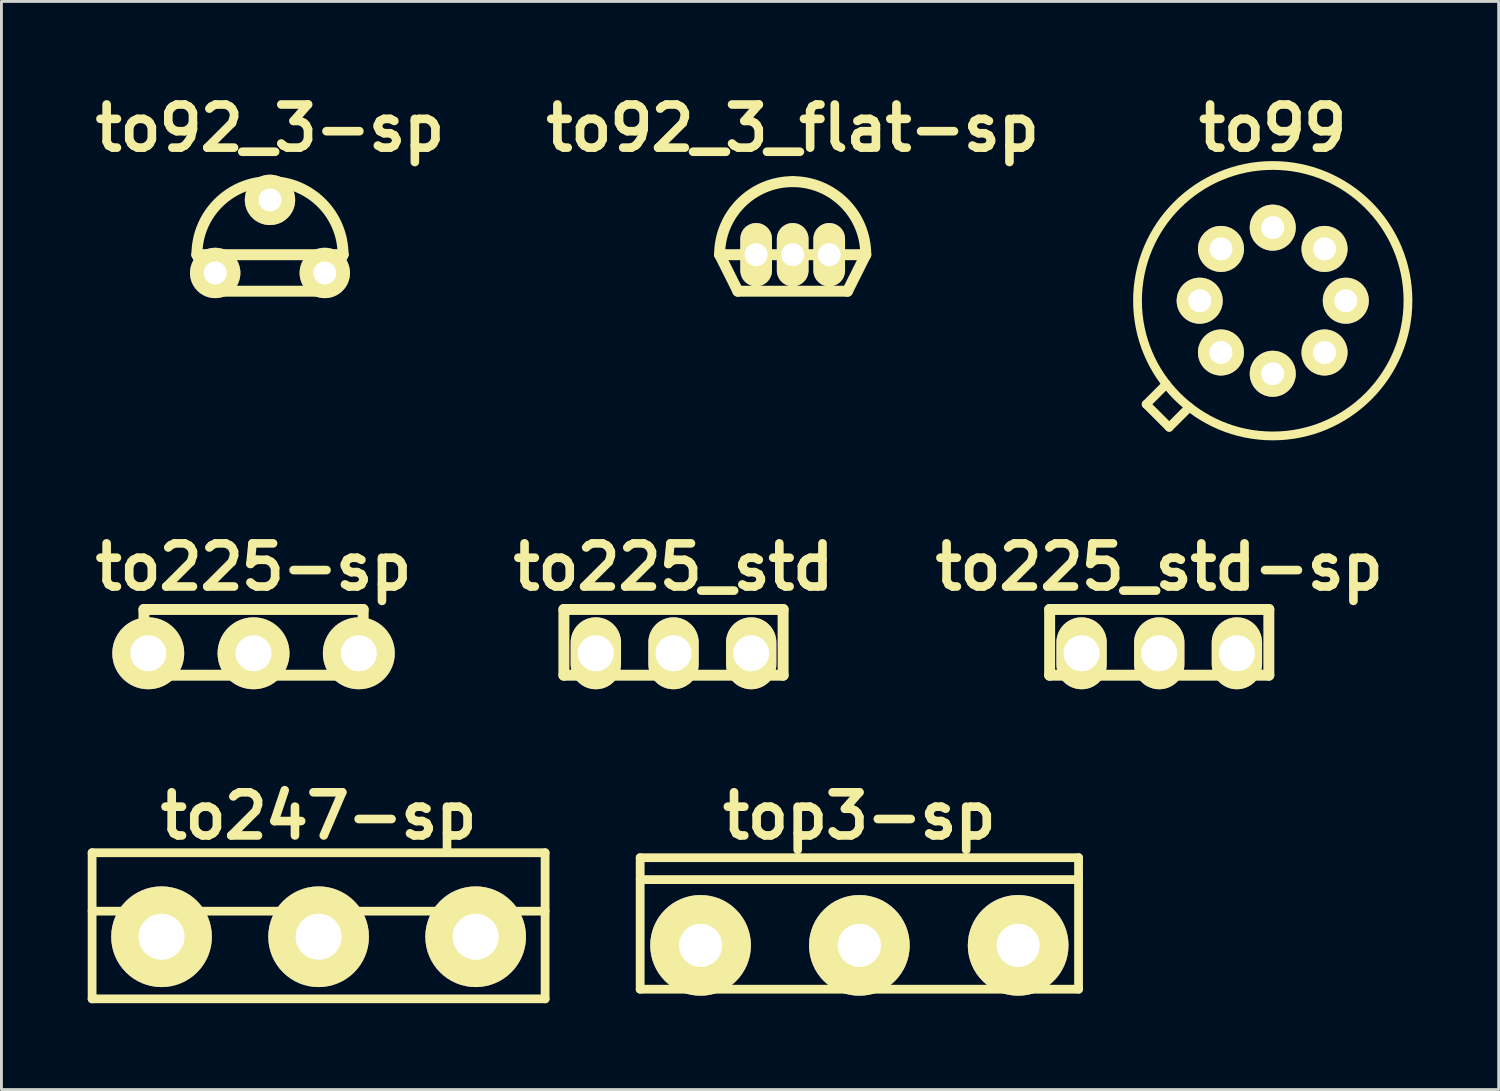
<source format=kicad_pcb>
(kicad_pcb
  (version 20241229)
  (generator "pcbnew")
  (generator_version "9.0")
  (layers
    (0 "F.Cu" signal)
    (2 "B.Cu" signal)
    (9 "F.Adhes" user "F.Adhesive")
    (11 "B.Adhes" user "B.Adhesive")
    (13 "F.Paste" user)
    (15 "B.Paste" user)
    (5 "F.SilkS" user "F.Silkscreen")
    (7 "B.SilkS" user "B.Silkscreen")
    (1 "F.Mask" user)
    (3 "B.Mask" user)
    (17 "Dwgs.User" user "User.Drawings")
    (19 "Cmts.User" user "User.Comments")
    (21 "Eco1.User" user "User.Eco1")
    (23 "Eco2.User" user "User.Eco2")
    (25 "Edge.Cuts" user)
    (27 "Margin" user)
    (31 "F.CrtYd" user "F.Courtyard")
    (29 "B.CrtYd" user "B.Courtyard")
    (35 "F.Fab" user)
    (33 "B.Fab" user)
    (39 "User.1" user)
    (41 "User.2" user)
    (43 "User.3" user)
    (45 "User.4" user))
  (footprint "to99"
    (layer "F.Cu")
    (at 41.196 7.404)
    (property "Reference" "to99" (at 0 -6 0) (layer "F.SilkS") (effects (font (size 1.5 1.5) (thickness 0.3))))
    (attr through_hole)
    (fp_line (start -4.4 3.6) (end -3.6 4.4) (stroke (width 0.305) (type solid)) (layer "F.SilkS"))
    (fp_line (start -3.7 2.9) (end -4.4 3.6) (stroke (width 0.305) (type solid)) (layer "F.SilkS"))
    (fp_line (start -3.6 4.4) (end -2.9 3.7) (stroke (width 0.305) (type solid)) (layer "F.SilkS"))
    (fp_circle (center 0 0) (end -4.7 -0.1) (stroke (width 0.305) (type solid)) (fill no) (layer "F.SilkS"))
    (pad "1" thru_hole circle (at 0 2.54) (size 1.6 1.6) (drill 0.8) (layers "*.Cu" "*.Mask" "F.SilkS"))
    (pad "2" thru_hole circle (at 1.8 1.8) (size 1.6 1.6) (drill 0.8) (layers "*.Cu" "*.Mask" "F.SilkS"))
    (pad "3" thru_hole circle (at 2.54 0) (size 1.6 1.6) (drill 0.8) (layers "*.Cu" "*.Mask" "F.SilkS"))
    (pad "4" thru_hole circle (at 1.8 -1.8) (size 1.6 1.6) (drill 0.8) (layers "*.Cu" "*.Mask" "F.SilkS"))
    (pad "5" thru_hole circle (at 0 -2.54) (size 1.6 1.6) (drill 0.8) (layers "*.Cu" "*.Mask" "F.SilkS"))
    (pad "6" thru_hole circle (at -1.8 -1.8) (size 1.6 1.6) (drill 0.8) (layers "*.Cu" "*.Mask" "F.SilkS"))
    (pad "7" thru_hole circle (at -2.54 0) (size 1.6 1.6) (drill 0.8) (layers "*.Cu" "*.Mask" "F.SilkS"))
    (pad "8" thru_hole circle (at -1.8 1.8) (size 1.6 1.6) (drill 0.8) (layers "*.Cu" "*.Mask" "F.SilkS")))
  (footprint "top3-sp"
    (layer "F.Cu")
    (at 26.825 29.815)
    (property "Reference" "top3-sp" (at 0 -4.5 0) (layer "F.SilkS") (effects (font (size 1.5 1.5) (thickness 0.3))))
    (attr through_hole)
    (fp_line (start -7.62 -3.048) (end -7.62 1.524) (stroke (width 0.305) (type solid)) (layer "F.SilkS"))
    (fp_line (start -7.62 -2.286) (end 7.62 -2.286) (stroke (width 0.305) (type solid)) (layer "F.SilkS"))
    (fp_line (start -7.62 1.524) (end 7.62 1.524) (stroke (width 0.305) (type solid)) (layer "F.SilkS"))
    (fp_line (start 7.62 -3.048) (end -7.62 -3.048) (stroke (width 0.305) (type solid)) (layer "F.SilkS"))
    (fp_line (start 7.62 1.524) (end 7.62 -3.048) (stroke (width 0.305) (type solid)) (layer "F.SilkS"))
    (pad "1" thru_hole circle (at -5.52 0) (size 3.5 3.5) (drill 1.5) (layers "*.Cu" "*.Mask" "F.SilkS"))
    (pad "2" thru_hole circle (at 0 0) (size 3.5 3.5) (drill 1.5) (layers "*.Cu" "*.Mask" "F.SilkS"))
    (pad "3" thru_hole circle (at 5.52 0) (size 3.5 3.5) (drill 1.5) (layers "*.Cu" "*.Mask" "F.SilkS")))
  (footprint "to92_3-sp"
    (layer "F.Cu")
    (at 6.336 5.804)
    (property "Reference" "to92_3-sp" (at 0 -4.4 0) (layer "F.SilkS") (effects (font (size 1.5 1.5) (thickness 0.3))))
    (attr through_hole)
    (fp_line (start -1.905 1.27) (end -2.54 0) (stroke (width 0.381) (type solid)) (layer "F.SilkS"))
    (fp_line (start 1.905 1.27) (end -1.905 1.27) (stroke (width 0.381) (type solid)) (layer "F.SilkS"))
    (fp_line (start 2.54 0) (end -2.54 0) (stroke (width 0.381) (type solid)) (layer "F.SilkS"))
    (fp_line (start 2.54 0) (end 1.905 1.27) (stroke (width 0.381) (type solid)) (layer "F.SilkS"))
    (fp_arc (start -2.54 0) (mid -1.796051 -1.796051) (end 0 -2.54) (stroke (width 0.381) (type solid)) (layer "F.SilkS"))
    (fp_arc (start 0 -2.54) (mid 1.796051 -1.796051) (end 2.54 0) (stroke (width 0.381) (type solid)) (layer "F.SilkS"))
    (pad "1" thru_hole circle (at -1.905 0.635) (size 1.75 1.75) (drill 0.8) (layers "*.Cu" "*.Mask" "F.SilkS"))
    (pad "2" thru_hole circle (at 0 -1.905) (size 1.75 1.75) (drill 0.8) (layers "*.Cu" "*.Mask" "F.SilkS"))
    (pad "3" thru_hole circle (at 1.905 0.635) (size 1.75 1.75) (drill 0.8) (layers "*.Cu" "*.Mask" "F.SilkS")))
  (footprint "to247-sp"
    (layer "F.Cu")
    (at 8.026 29.515)
    (property "Reference" "to247-sp" (at 0 -4.2 0) (layer "F.SilkS") (effects (font (size 1.5 1.5) (thickness 0.3))))
    (attr through_hole)
    (fp_line (start -7.874 -2.921) (end -7.874 2.159) (stroke (width 0.305) (type solid)) (layer "F.SilkS"))
    (fp_line (start -7.874 2.159) (end 7.874 2.159) (stroke (width 0.305) (type solid)) (layer "F.SilkS"))
    (fp_line (start 7.874 -2.921) (end -7.874 -2.921) (stroke (width 0.305) (type solid)) (layer "F.SilkS"))
    (fp_line (start 7.874 -0.889) (end -7.874 -0.889) (stroke (width 0.305) (type solid)) (layer "F.SilkS"))
    (fp_line (start 7.874 2.159) (end 7.874 -2.921) (stroke (width 0.305) (type solid)) (layer "F.SilkS"))
    (pad "1" thru_hole circle (at -5.46 0) (size 3.5 3.5) (drill 1.6) (layers "*.Cu" "*.Mask" "F.SilkS"))
    (pad "2" thru_hole circle (at 0 0) (size 3.5 3.5) (drill 1.6) (layers "*.Cu" "*.Mask" "F.SilkS"))
    (pad "3" thru_hole circle (at 5.46 0) (size 3.5 3.5) (drill 1.6) (layers "*.Cu" "*.Mask" "F.SilkS")))
  (footprint "to225_std"
    (layer "F.Cu")
    (at 20.364 19.661)
    (property "Reference" "to225_std" (at 0 -3 0) (layer "F.SilkS") (effects (font (size 1.5 1.5) (thickness 0.3))))
    (attr through_hole)
    (fp_line (start -3.81 -1.524) (end 3.81 -1.524) (stroke (width 0.381) (type solid)) (layer "F.SilkS"))
    (fp_line (start -3.81 0.762) (end -3.81 -1.524) (stroke (width 0.381) (type solid)) (layer "F.SilkS"))
    (fp_line (start 3.81 -1.524) (end 3.81 0.762) (stroke (width 0.381) (type solid)) (layer "F.SilkS"))
    (fp_line (start 3.81 0.762) (end -3.81 0.762) (stroke (width 0.381) (type solid)) (layer "F.SilkS"))
    (pad "1" thru_hole oval (at 2.7 0) (size 1.75 2.5) (drill 1.25) (layers "*.Cu" "*.Mask" "F.SilkS"))
    (pad "2" thru_hole oval (at 0 0) (size 1.75 2.5) (drill 1.25) (layers "*.Cu" "*.Mask" "F.SilkS"))
    (pad "3" thru_hole oval (at -2.7 0) (size 1.75 2.5) (drill 1.25) (layers "*.Cu" "*.Mask" "F.SilkS")))
  (footprint "to92_3_flat-sp"
    (layer "F.Cu")
    (at 24.507 5.804)
    (property "Reference" "to92_3_flat-sp" (at 0 -4.4 0) (layer "F.SilkS") (effects (font (size 1.5 1.5) (thickness 0.3))))
    (attr through_hole)
    (fp_line (start -1.905 1.27) (end -2.54 0) (stroke (width 0.381) (type solid)) (layer "F.SilkS"))
    (fp_line (start 1.905 1.27) (end -1.905 1.27) (stroke (width 0.381) (type solid)) (layer "F.SilkS"))
    (fp_line (start 2.54 0) (end -2.54 0) (stroke (width 0.381) (type solid)) (layer "F.SilkS"))
    (fp_line (start 2.54 0) (end 1.905 1.27) (stroke (width 0.381) (type solid)) (layer "F.SilkS"))
    (fp_arc (start -2.54 0) (mid -1.796051 -1.796051) (end 0 -2.54) (stroke (width 0.381) (type solid)) (layer "F.SilkS"))
    (fp_arc (start 0 -2.54) (mid 1.796051 -1.796051) (end 2.54 0) (stroke (width 0.381) (type solid)) (layer "F.SilkS"))
    (pad "1" thru_hole oval (at -1.27 0) (size 1.1 2.2) (drill 0.8) (layers "*.Cu" "*.Mask" "F.SilkS"))
    (pad "2" thru_hole oval (at 0 0) (size 1.1 2.2) (drill 0.8) (layers "*.Cu" "*.Mask" "F.SilkS"))
    (pad "3" thru_hole oval (at 1.27 0) (size 1.1 2.2) (drill 0.8) (layers "*.Cu" "*.Mask" "F.SilkS")))
  (footprint "to225-sp"
    (layer "F.Cu")
    (at 5.764 19.661)
    (property "Reference" "to225-sp" (at 0 -3 0) (layer "F.SilkS") (effects (font (size 1.5 1.5) (thickness 0.3))))
    (attr through_hole)
    (fp_line (start -3.81 -1.524) (end 3.81 -1.524) (stroke (width 0.381) (type solid)) (layer "F.SilkS"))
    (fp_line (start -3.81 0.762) (end -3.81 -1.524) (stroke (width 0.381) (type solid)) (layer "F.SilkS"))
    (fp_line (start 3.81 -1.524) (end 3.81 0.762) (stroke (width 0.381) (type solid)) (layer "F.SilkS"))
    (fp_line (start 3.81 0.762) (end -3.81 0.762) (stroke (width 0.381) (type solid)) (layer "F.SilkS"))
    (pad "1" thru_hole circle (at -3.66 0) (size 2.5 2.5) (drill 1.25) (layers "*.Cu" "*.Mask" "F.SilkS"))
    (pad "2" thru_hole circle (at 0 0) (size 2.5 2.5) (drill 1.25) (layers "*.Cu" "*.Mask" "F.SilkS"))
    (pad "3" thru_hole circle (at 3.66 0) (size 2.5 2.5) (drill 1.25) (layers "*.Cu" "*.Mask" "F.SilkS")))
  (footprint "to225_std-sp"
    (layer "F.Cu")
    (at 37.25 19.661)
    (property "Reference" "to225_std-sp" (at 0 -3 0) (layer "F.SilkS") (effects (font (size 1.5 1.5) (thickness 0.3))))
    (attr through_hole)
    (fp_line (start -3.81 -1.524) (end 3.81 -1.524) (stroke (width 0.381) (type solid)) (layer "F.SilkS"))
    (fp_line (start -3.81 0.762) (end -3.81 -1.524) (stroke (width 0.381) (type solid)) (layer "F.SilkS"))
    (fp_line (start 3.81 -1.524) (end 3.81 0.762) (stroke (width 0.381) (type solid)) (layer "F.SilkS"))
    (fp_line (start 3.81 0.762) (end -3.81 0.762) (stroke (width 0.381) (type solid)) (layer "F.SilkS"))
    (pad "1" thru_hole oval (at -2.7 0) (size 1.75 2.5) (drill 1.25) (layers "*.Cu" "*.Mask" "F.SilkS"))
    (pad "2" thru_hole oval (at 0 0) (size 1.75 2.5) (drill 1.25) (layers "*.Cu" "*.Mask" "F.SilkS"))
    (pad "3" thru_hole oval (at 2.7 0) (size 1.75 2.5) (drill 1.25) (layers "*.Cu" "*.Mask" "F.SilkS")))
  (gr_rect
    (start -3 -3)
    (end 49.05 34.827)
    (stroke (width 0.1) (type default))
    (fill no)
    (layer "Edge.Cuts")))
</source>
